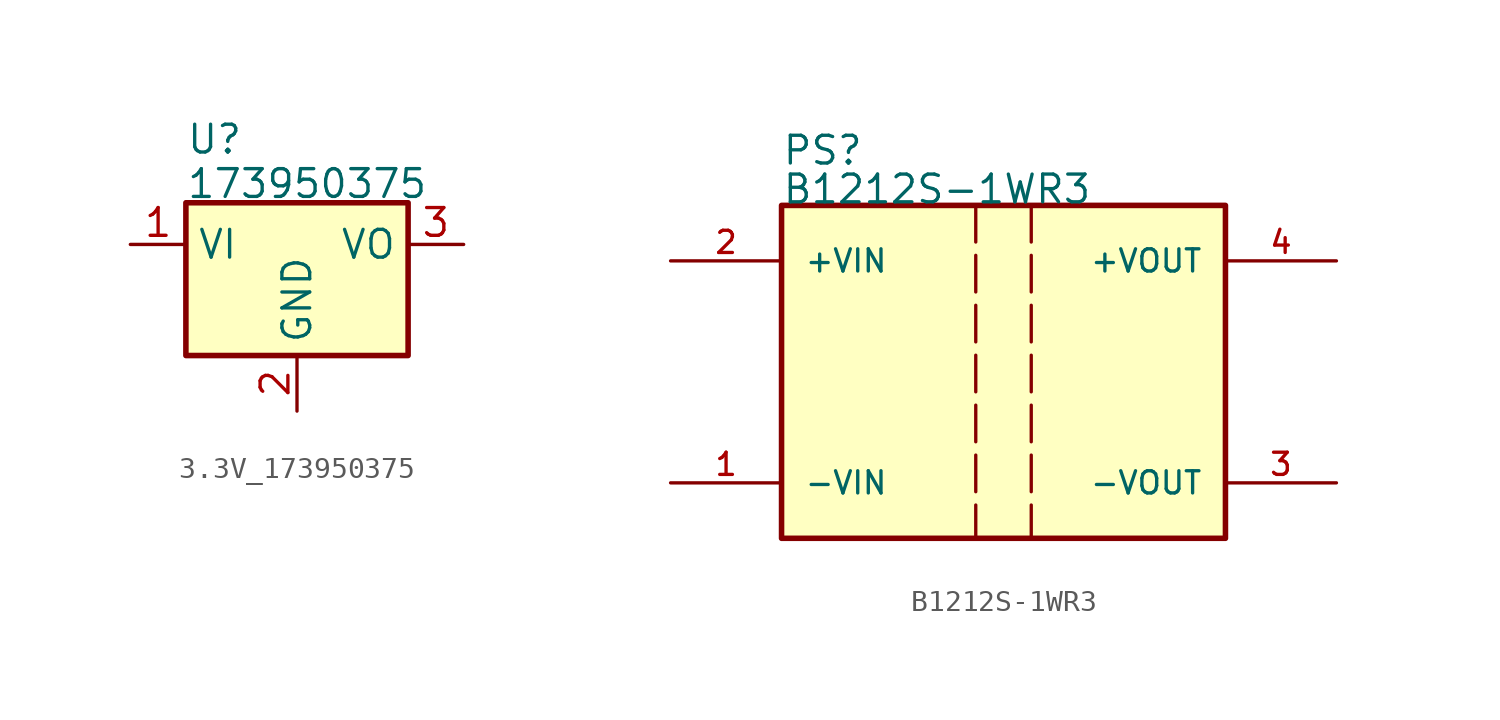
<source format=kicad_sym>
(kicad_symbol_lib
  (version 20241209)
  (generator "kicad_symbol_editor")
  (generator_version "9.0")
  (symbol "3.3V_173950375"
    (property "Reference" "U"
      (at -5.08 4.064 0)
      (effects (font (size 1.27 1.27)) (justify left bottom)))
    (property "Value" "173950375"
      (at -5.08 2.032 0)
      (effects (font (size 1.27 1.27)) (justify left bottom)))
    (symbol "3.3V_173950375_1_0"
      (rectangle (start -5.08 1.905) (end 5.08 -5.08) (stroke (width 0.254) (type solid)) (fill (type background))))
    (symbol "3.3V_173950375_1_1"
      (pin power_in line (at -7.62 0 0) (length 2.54) (name "VI" (effects (font (size 1.27 1.27)))) (number "1" (effects (font (size 1.27 1.27)))))
      (pin power_in line (at 0 -7.62 90) (length 2.54) (name "GND" (effects (font (size 1.27 1.27)))) (number "2" (effects (font (size 1.27 1.27)))))
      (pin power_out line (at 7.62 0 180) (length 2.54) (name "VO" (effects (font (size 1.27 1.27)))) (number "3" (effects (font (size 1.27 1.27)))))))
  (symbol "B1212S-1WR3"
    (pin_names
      (offset 1.016))
    (property "Reference" "PS"
      (at -10.16 9.398 0)
      (effects (font (size 1.27 1.27)) (justify left bottom)))
    (property "Value" "B1212S-1WR3"
      (at -10.16 7.62 0)
      (effects (font (size 1.27 1.27)) (justify left bottom)))
    (symbol "B1212S-1WR3_0_0"
      (rectangle (start -10.16 7.62) (end 10.16 -7.62) (stroke (width 0.254) (type default)) (fill (type background)))
      (pin input line (at -15.24 5.08 0) (length 5.08) (name "+VIN" (effects (font (size 1.016 1.016)))) (number "2" (effects (font (size 1.016 1.016)))))
      (pin input line (at -15.24 -5.08 0) (length 5.08) (name "-VIN" (effects (font (size 1.016 1.016)))) (number "1" (effects (font (size 1.016 1.016)))))
      (pin output line (at 15.24 5.08 180) (length 5.08) (name "+VOUT" (effects (font (size 1.016 1.016)))) (number "4" (effects (font (size 1.016 1.016)))))
      (pin output line (at 15.24 -5.08 180) (length 5.08) (name "-VOUT" (effects (font (size 1.016 1.016)))) (number "3" (effects (font (size 1.016 1.016))))))
    (symbol "B1212S-1WR3_0_1"
      (polyline (pts (xy -1.27 7.62) (xy -1.27 -7.62)) (stroke (width 0) (type dash)) (fill (type none)))
      (polyline (pts (xy 1.27 7.62) (xy 1.27 -7.62)) (stroke (width 0) (type dash)) (fill (type none))))))
</source>
